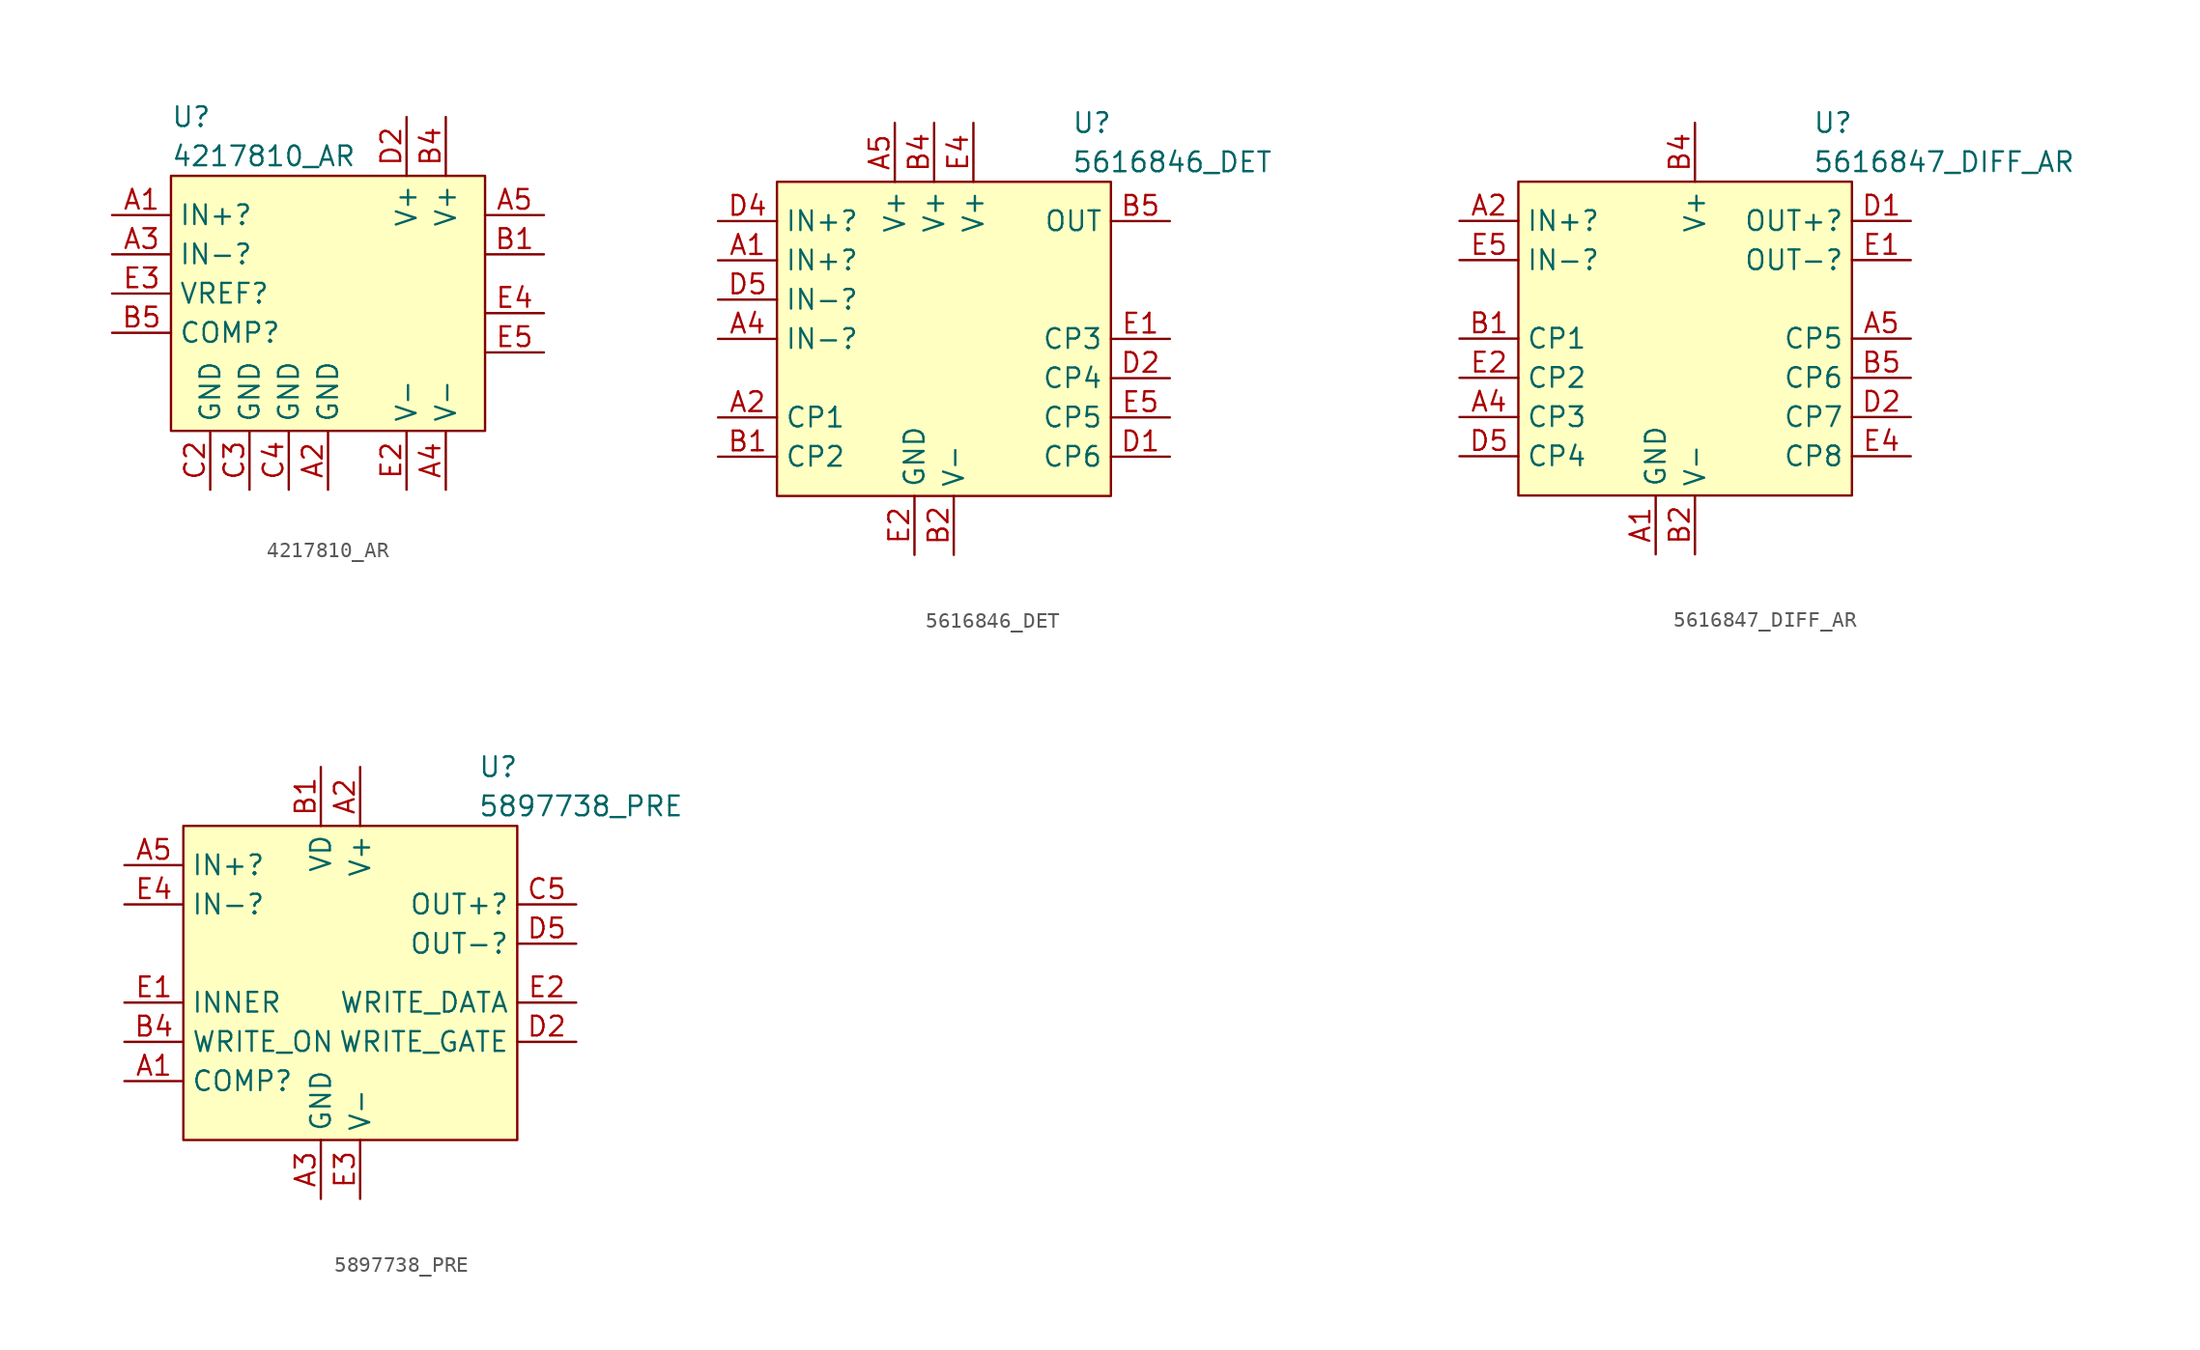
<source format=kicad_sym>
(kicad_symbol_lib
  (version 20211014)
  (generator kicad_symbol_editor)
  (symbol "4217810_AR"
    (property "Reference" "U"
      (at 0 3.81 0)
      (effects (font (size 1.27 1.27)) (justify left)))
    (property "Value" "4217810_AR"
      (at 0 1.27 0)
      (effects (font (size 1.27 1.27)) (justify left)))
    (symbol "4217810_AR_0_1"
      (rectangle (start 0 0) (end 20.32 -16.51) (stroke (width 0) (type default) (color 0 0 0 0)) (fill (type background))))
    (symbol "4217810_AR_1_1"
      (pin passive line (at -3.81 -2.54 0) (length 3.81) (name "IN+?" (effects (font (size 1.27 1.27)))) (number "A1" (effects (font (size 1.27 1.27)))))
      (pin passive line (at 10.16 -20.32 90) (length 3.81) (name "GND" (effects (font (size 1.27 1.27)))) (number "A2" (effects (font (size 1.27 1.27)))))
      (pin passive line (at -3.81 -5.08 0) (length 3.81) (name "IN-?" (effects (font (size 1.27 1.27)))) (number "A3" (effects (font (size 1.27 1.27)))))
      (pin passive line (at 17.78 -20.32 90) (length 3.81) (name "V-" (effects (font (size 1.27 1.27)))) (number "A4" (effects (font (size 1.27 1.27)))))
      (pin passive line (at 24.13 -2.54 180) (length 3.81) (name "~" (effects (font (size 1.27 1.27)))) (number "A5" (effects (font (size 1.27 1.27)))))
      (pin passive line (at 24.13 -5.08 180) (length 3.81) (name "~" (effects (font (size 1.27 1.27)))) (number "B1" (effects (font (size 1.27 1.27)))))
      (pin passive line (at 17.78 3.81 270) (length 3.81) (name "V+" (effects (font (size 1.27 1.27)))) (number "B4" (effects (font (size 1.27 1.27)))))
      (pin passive line (at -3.81 -10.16 0) (length 3.81) (name "COMP?" (effects (font (size 1.27 1.27)))) (number "B5" (effects (font (size 1.27 1.27)))))
      (pin passive line (at 2.54 -20.32 90) (length 3.81) (name "GND" (effects (font (size 1.27 1.27)))) (number "C2" (effects (font (size 1.27 1.27)))))
      (pin passive line (at 5.08 -20.32 90) (length 3.81) (name "GND" (effects (font (size 1.27 1.27)))) (number "C3" (effects (font (size 1.27 1.27)))))
      (pin passive line (at 7.62 -20.32 90) (length 3.81) (name "GND" (effects (font (size 1.27 1.27)))) (number "C4" (effects (font (size 1.27 1.27)))))
      (pin passive line (at 15.24 3.81 270) (length 3.81) (name "V+" (effects (font (size 1.27 1.27)))) (number "D2" (effects (font (size 1.27 1.27)))))
      (pin passive line (at 15.24 -20.32 90) (length 3.81) (name "V-" (effects (font (size 1.27 1.27)))) (number "E2" (effects (font (size 1.27 1.27)))))
      (pin passive line (at -3.81 -7.62 0) (length 3.81) (name "VREF?" (effects (font (size 1.27 1.27)))) (number "E3" (effects (font (size 1.27 1.27)))))
      (pin passive line (at 24.13 -8.89 180) (length 3.81) (name "~" (effects (font (size 1.27 1.27)))) (number "E4" (effects (font (size 1.27 1.27)))))
      (pin passive line (at 24.13 -11.43 180) (length 3.81) (name "~" (effects (font (size 1.27 1.27)))) (number "E5" (effects (font (size 1.27 1.27)))))))
  (symbol "5616846_DET"
    (property "Reference" "U"
      (at 19.05 3.81 0)
      (effects (font (size 1.27 1.27)) (justify left)))
    (property "Value" "5616846_DET"
      (at 19.05 1.27 0)
      (effects (font (size 1.27 1.27)) (justify left)))
    (symbol "5616846_DET_0_1"
      (rectangle (start 0 0) (end 21.59 -20.32) (stroke (width 0) (type default) (color 0 0 0 0)) (fill (type background))))
    (symbol "5616846_DET_1_1"
      (pin passive line (at -3.81 -5.08 0) (length 3.81) (name "IN+?" (effects (font (size 1.27 1.27)))) (number "A1" (effects (font (size 1.27 1.27)))))
      (pin passive line (at -3.81 -15.24 0) (length 3.81) (name "CP1" (effects (font (size 1.27 1.27)))) (number "A2" (effects (font (size 1.27 1.27)))))
      (pin passive line (at -3.81 -10.16 0) (length 3.81) (name "IN-?" (effects (font (size 1.27 1.27)))) (number "A4" (effects (font (size 1.27 1.27)))))
      (pin passive line (at 7.62 3.81 270) (length 3.81) (name "V+" (effects (font (size 1.27 1.27)))) (number "A5" (effects (font (size 1.27 1.27)))))
      (pin passive line (at -3.81 -17.78 0) (length 3.81) (name "CP2" (effects (font (size 1.27 1.27)))) (number "B1" (effects (font (size 1.27 1.27)))))
      (pin passive line (at 11.43 -24.13 90) (length 3.81) (name "V-" (effects (font (size 1.27 1.27)))) (number "B2" (effects (font (size 1.27 1.27)))))
      (pin passive line (at 10.16 3.81 270) (length 3.81) (name "V+" (effects (font (size 1.27 1.27)))) (number "B4" (effects (font (size 1.27 1.27)))))
      (pin passive line (at 25.4 -2.54 180) (length 3.81) (name "OUT" (effects (font (size 1.27 1.27)))) (number "B5" (effects (font (size 1.27 1.27)))))
      (pin passive line (at 25.4 -17.78 180) (length 3.81) (name "CP6" (effects (font (size 1.27 1.27)))) (number "D1" (effects (font (size 1.27 1.27)))))
      (pin passive line (at 25.4 -12.7 180) (length 3.81) (name "CP4" (effects (font (size 1.27 1.27)))) (number "D2" (effects (font (size 1.27 1.27)))))
      (pin passive line (at -3.81 -2.54 0) (length 3.81) (name "IN+?" (effects (font (size 1.27 1.27)))) (number "D4" (effects (font (size 1.27 1.27)))))
      (pin passive line (at -3.81 -7.62 0) (length 3.81) (name "IN-?" (effects (font (size 1.27 1.27)))) (number "D5" (effects (font (size 1.27 1.27)))))
      (pin passive line (at 25.4 -10.16 180) (length 3.81) (name "CP3" (effects (font (size 1.27 1.27)))) (number "E1" (effects (font (size 1.27 1.27)))))
      (pin passive line (at 8.89 -24.13 90) (length 3.81) (name "GND" (effects (font (size 1.27 1.27)))) (number "E2" (effects (font (size 1.27 1.27)))))
      (pin passive line (at 12.7 3.81 270) (length 3.81) (name "V+" (effects (font (size 1.27 1.27)))) (number "E4" (effects (font (size 1.27 1.27)))))
      (pin passive line (at 25.4 -15.24 180) (length 3.81) (name "CP5" (effects (font (size 1.27 1.27)))) (number "E5" (effects (font (size 1.27 1.27)))))))
  (symbol "5616847_DIFF_AR"
    (property "Reference" "U"
      (at 19.05 3.81 0)
      (effects (font (size 1.27 1.27)) (justify left)))
    (property "Value" "5616847_DIFF_AR"
      (at 19.05 1.27 0)
      (effects (font (size 1.27 1.27)) (justify left)))
    (symbol "5616847_DIFF_AR_0_1"
      (rectangle (start 0 0) (end 21.59 -20.32) (stroke (width 0) (type default) (color 0 0 0 0)) (fill (type background))))
    (symbol "5616847_DIFF_AR_1_1"
      (pin passive line (at 8.89 -24.13 90) (length 3.81) (name "GND" (effects (font (size 1.27 1.27)))) (number "A1" (effects (font (size 1.27 1.27)))))
      (pin passive line (at -3.81 -2.54 0) (length 3.81) (name "IN+?" (effects (font (size 1.27 1.27)))) (number "A2" (effects (font (size 1.27 1.27)))))
      (pin passive line (at -3.81 -15.24 0) (length 3.81) (name "CP3" (effects (font (size 1.27 1.27)))) (number "A4" (effects (font (size 1.27 1.27)))))
      (pin passive line (at 25.4 -10.16 180) (length 3.81) (name "CP5" (effects (font (size 1.27 1.27)))) (number "A5" (effects (font (size 1.27 1.27)))))
      (pin passive line (at -3.81 -10.16 0) (length 3.81) (name "CP1" (effects (font (size 1.27 1.27)))) (number "B1" (effects (font (size 1.27 1.27)))))
      (pin passive line (at 11.43 -24.13 90) (length 3.81) (name "V-" (effects (font (size 1.27 1.27)))) (number "B2" (effects (font (size 1.27 1.27)))))
      (pin passive line (at 11.43 3.81 270) (length 3.81) (name "V+" (effects (font (size 1.27 1.27)))) (number "B4" (effects (font (size 1.27 1.27)))))
      (pin passive line (at 25.4 -12.7 180) (length 3.81) (name "CP6" (effects (font (size 1.27 1.27)))) (number "B5" (effects (font (size 1.27 1.27)))))
      (pin passive line (at 25.4 -2.54 180) (length 3.81) (name "OUT+?" (effects (font (size 1.27 1.27)))) (number "D1" (effects (font (size 1.27 1.27)))))
      (pin passive line (at 25.4 -15.24 180) (length 3.81) (name "CP7" (effects (font (size 1.27 1.27)))) (number "D2" (effects (font (size 1.27 1.27)))))
      (pin passive line (at -3.81 -17.78 0) (length 3.81) (name "CP4" (effects (font (size 1.27 1.27)))) (number "D5" (effects (font (size 1.27 1.27)))))
      (pin passive line (at 25.4 -5.08 180) (length 3.81) (name "OUT-?" (effects (font (size 1.27 1.27)))) (number "E1" (effects (font (size 1.27 1.27)))))
      (pin passive line (at -3.81 -12.7 0) (length 3.81) (name "CP2" (effects (font (size 1.27 1.27)))) (number "E2" (effects (font (size 1.27 1.27)))))
      (pin passive line (at 25.4 -17.78 180) (length 3.81) (name "CP8" (effects (font (size 1.27 1.27)))) (number "E4" (effects (font (size 1.27 1.27)))))
      (pin passive line (at -3.81 -5.08 0) (length 3.81) (name "IN-?" (effects (font (size 1.27 1.27)))) (number "E5" (effects (font (size 1.27 1.27)))))))
  (symbol "5897738_PRE"
    (property "Reference" "U"
      (at 19.05 3.81 0)
      (effects (font (size 1.27 1.27)) (justify left)))
    (property "Value" "5897738_PRE"
      (at 19.05 1.27 0)
      (effects (font (size 1.27 1.27)) (justify left)))
    (symbol "5897738_PRE_0_1"
      (rectangle (start 0 0) (end 21.59 -20.32) (stroke (width 0) (type default) (color 0 0 0 0)) (fill (type background))))
    (symbol "5897738_PRE_1_1"
      (pin passive line (at -3.81 -16.51 0) (length 3.81) (name "COMP?" (effects (font (size 1.27 1.27)))) (number "A1" (effects (font (size 1.27 1.27)))))
      (pin passive line (at 11.43 3.81 270) (length 3.81) (name "V+" (effects (font (size 1.27 1.27)))) (number "A2" (effects (font (size 1.27 1.27)))))
      (pin passive line (at 8.89 -24.13 90) (length 3.81) (name "GND" (effects (font (size 1.27 1.27)))) (number "A3" (effects (font (size 1.27 1.27)))))
      (pin passive line (at -3.81 -2.54 0) (length 3.81) (name "IN+?" (effects (font (size 1.27 1.27)))) (number "A5" (effects (font (size 1.27 1.27)))))
      (pin passive line (at 8.89 3.81 270) (length 3.81) (name "VD" (effects (font (size 1.27 1.27)))) (number "B1" (effects (font (size 1.27 1.27)))))
      (pin passive line (at -3.81 -13.97 0) (length 3.81) (name "WRITE_ON" (effects (font (size 1.27 1.27)))) (number "B4" (effects (font (size 1.27 1.27)))))
      (pin passive line (at 25.4 -5.08 180) (length 3.81) (name "OUT+?" (effects (font (size 1.27 1.27)))) (number "C5" (effects (font (size 1.27 1.27)))))
      (pin passive line (at 25.4 -13.97 180) (length 3.81) (name "WRITE_GATE" (effects (font (size 1.27 1.27)))) (number "D2" (effects (font (size 1.27 1.27)))))
      (pin passive line (at 25.4 -7.62 180) (length 3.81) (name "OUT-?" (effects (font (size 1.27 1.27)))) (number "D5" (effects (font (size 1.27 1.27)))))
      (pin passive line (at -3.81 -11.43 0) (length 3.81) (name "INNER" (effects (font (size 1.27 1.27)))) (number "E1" (effects (font (size 1.27 1.27)))))
      (pin passive line (at 25.4 -11.43 180) (length 3.81) (name "WRITE_DATA" (effects (font (size 1.27 1.27)))) (number "E2" (effects (font (size 1.27 1.27)))))
      (pin passive line (at 11.43 -24.13 90) (length 3.81) (name "V-" (effects (font (size 1.27 1.27)))) (number "E3" (effects (font (size 1.27 1.27)))))
      (pin passive line (at -3.81 -5.08 0) (length 3.81) (name "IN-?" (effects (font (size 1.27 1.27)))) (number "E4" (effects (font (size 1.27 1.27))))))))
</source>
